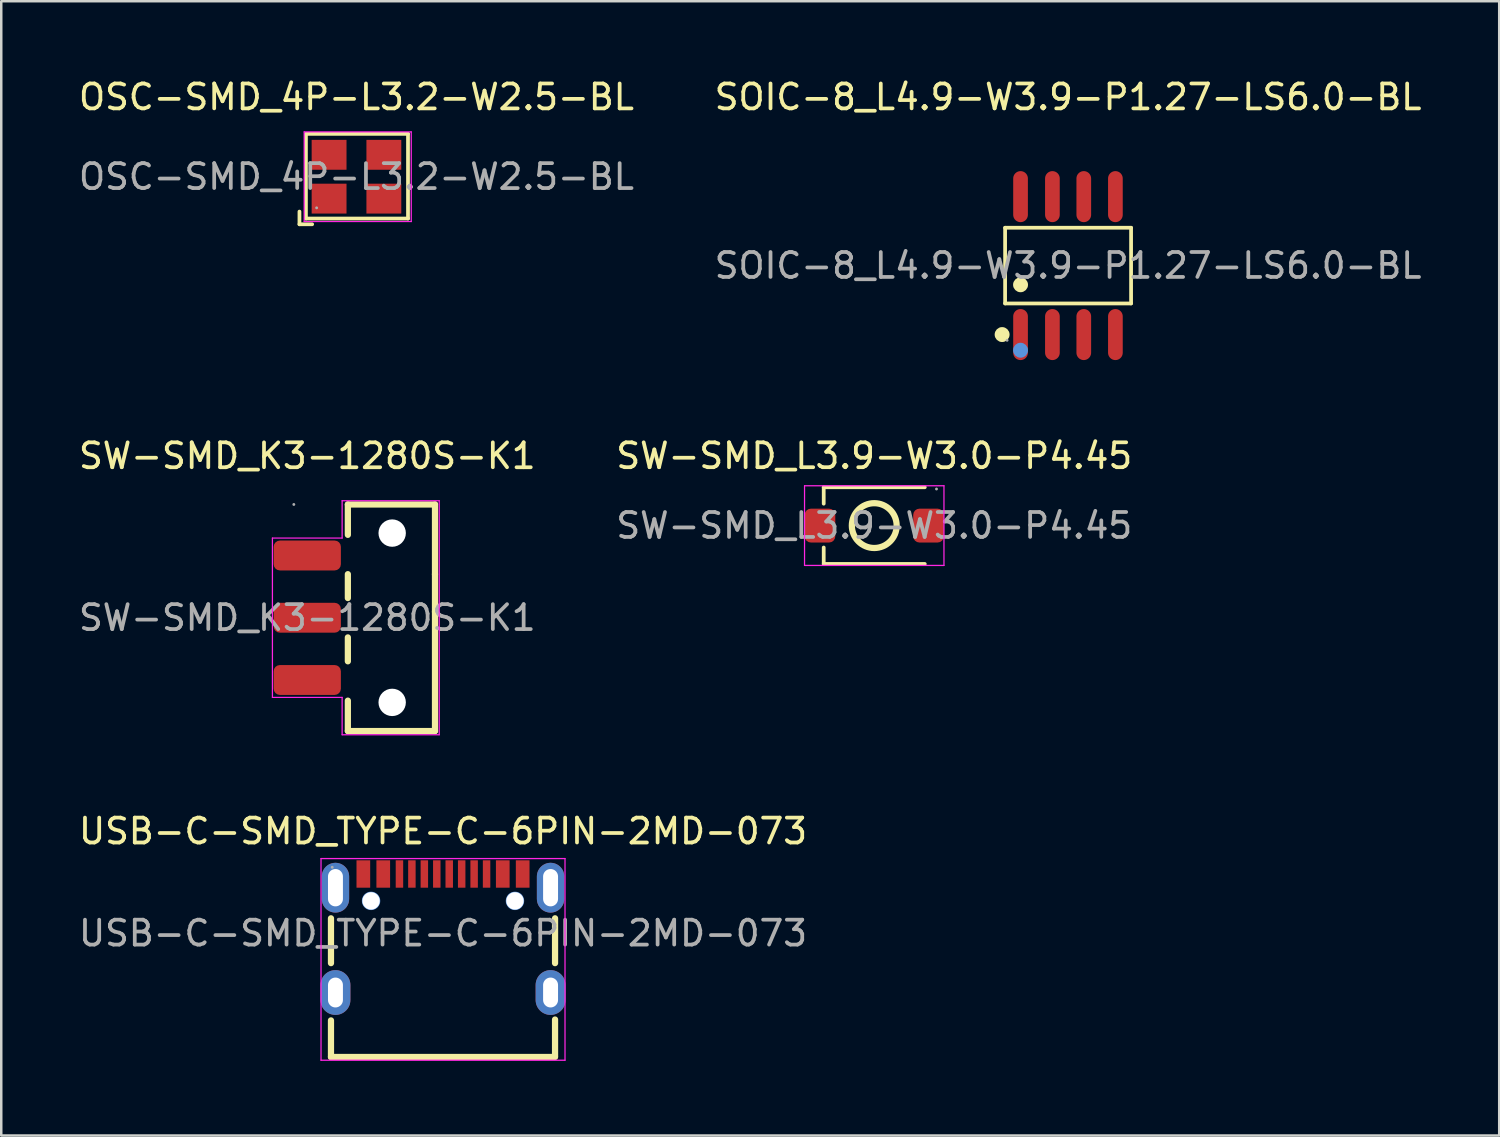
<source format=kicad_pcb>
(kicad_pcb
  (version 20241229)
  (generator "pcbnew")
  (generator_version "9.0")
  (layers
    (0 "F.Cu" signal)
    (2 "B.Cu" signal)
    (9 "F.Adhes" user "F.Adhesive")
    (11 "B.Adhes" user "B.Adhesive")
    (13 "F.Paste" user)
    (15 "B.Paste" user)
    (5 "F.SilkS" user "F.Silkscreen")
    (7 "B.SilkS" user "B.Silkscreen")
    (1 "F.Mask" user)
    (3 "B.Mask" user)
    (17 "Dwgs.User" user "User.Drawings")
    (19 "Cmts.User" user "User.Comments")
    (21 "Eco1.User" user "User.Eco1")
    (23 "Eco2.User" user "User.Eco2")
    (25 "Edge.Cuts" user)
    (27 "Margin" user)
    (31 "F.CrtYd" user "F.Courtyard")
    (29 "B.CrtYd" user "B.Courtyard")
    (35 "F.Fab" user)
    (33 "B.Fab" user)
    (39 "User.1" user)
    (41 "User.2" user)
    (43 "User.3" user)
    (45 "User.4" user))
  (footprint "OSC-SMD_4P-L3.2-W2.5-BL"
    (layer "F.Cu")
    (at 11.268 4.048)
    (property "Reference" "OSC-SMD_4P-L3.2-W2.5-BL" (at 0 -3.2 0) (layer "F.SilkS") (effects (font (size 1 1) (thickness 0.15))))
    (attr smd)
    (fp_line (start -2.29 1.4) (end -2.29 1.91) (stroke (width 0.15) (type solid)) (layer "F.SilkS"))
    (fp_line (start -2.29 1.91) (end -1.78 1.91) (stroke (width 0.15) (type solid)) (layer "F.SilkS"))
    (fp_line (start -2.03 -1.72) (end -2.03 1.68) (stroke (width 0.15) (type solid)) (layer "F.SilkS"))
    (fp_line (start -2.03 1.68) (end 2.07 1.68) (stroke (width 0.15) (type solid)) (layer "F.SilkS"))
    (fp_line (start 2.07 -1.72) (end -2.03 -1.72) (stroke (width 0.15) (type solid)) (layer "F.SilkS"))
    (fp_line (start 2.07 1.68) (end 2.07 -1.72) (stroke (width 0.15) (type solid)) (layer "F.SilkS"))
    (fp_line (start -2.1 -1.8) (end 2.2 -1.8) (stroke (width 0.05) (type default)) (layer "F.CrtYd"))
    (fp_line (start -2.1 1.8) (end -2.1 -1.8) (stroke (width 0.05) (type default)) (layer "F.CrtYd"))
    (fp_line (start 2.2 -1.8) (end 2.2 1.8) (stroke (width 0.05) (type default)) (layer "F.CrtYd"))
    (fp_line (start 2.2 1.8) (end -2.1 1.8) (stroke (width 0.05) (type default)) (layer "F.CrtYd"))
    (fp_circle (center -1.6 1.25) (end -1.57 1.25) (stroke (width 0.06) (type solid)) (fill no) (layer "F.Fab"))
    (fp_text user "${REFERENCE}" (at 0 0 0) (layer "F.Fab") (effects (font (size 1 1) (thickness 0.15))))
    (pad "1" smd rect (at -1.1 0.88) (size 1.4 1.2) (layers "F.Cu" "F.Mask" "F.Paste"))
    (pad "2" smd rect (at 1.1 0.88) (size 1.4 1.2) (layers "F.Cu" "F.Mask" "F.Paste"))
    (pad "3" smd rect (at 1.1 -0.88) (size 1.4 1.2) (layers "F.Cu" "F.Mask" "F.Paste"))
    (pad "4" smd rect (at -1.1 -0.88) (size 1.4 1.2) (layers "F.Cu" "F.Mask" "F.Paste")))
  (footprint "SOIC-8_L4.9-W3.9-P1.27-LS6.0-BL"
    (layer "F.Cu")
    (at 39.851 7.618)
    (property "Reference" "SOIC-8_L4.9-W3.9-P1.27-LS6.0-BL" (at 0 -6.77 0) (layer "F.SilkS") (effects (font (size 1 1) (thickness 0.15))))
    (attr smd)
    (fp_line (start -2.53 -1.52) (end 2.53 -1.52) (stroke (width 0.15) (type solid)) (layer "F.SilkS"))
    (fp_line (start -2.53 1.52) (end -2.53 -1.52) (stroke (width 0.15) (type solid)) (layer "F.SilkS"))
    (fp_line (start 2.53 -1.52) (end 2.53 1.52) (stroke (width 0.15) (type solid)) (layer "F.SilkS"))
    (fp_line (start 2.53 1.52) (end -2.53 1.52) (stroke (width 0.15) (type solid)) (layer "F.SilkS"))
    (fp_circle (center -2.65 2.77) (end -2.5 2.77) (stroke (width 0.3) (type solid)) (fill no) (layer "F.SilkS"))
    (fp_circle (center -1.91 0.77) (end -1.76 0.77) (stroke (width 0.3) (type solid)) (fill no) (layer "F.SilkS"))
    (fp_circle (center -1.91 3.4) (end -1.76 3.4) (stroke (width 0.3) (type solid)) (fill no) (layer "Cmts.User"))
    (fp_circle (center -2.45 3) (end -2.42 3) (stroke (width 0.06) (type solid)) (fill no) (layer "F.Fab"))
    (fp_text user "${REFERENCE}" (at 0 0 0) (layer "F.Fab") (effects (font (size 1 1) (thickness 0.15))))
    (pad "1" smd oval (at -1.91 2.77) (size 0.59 2.05) (layers "F.Cu" "F.Mask" "F.Paste"))
    (pad "2" smd oval (at -0.63 2.77) (size 0.59 2.05) (layers "F.Cu" "F.Mask" "F.Paste"))
    (pad "3" smd oval (at 0.63 2.77) (size 0.59 2.05) (layers "F.Cu" "F.Mask" "F.Paste"))
    (pad "4" smd oval (at 1.9 2.77) (size 0.59 2.05) (layers "F.Cu" "F.Mask" "F.Paste"))
    (pad "5" smd oval (at 1.9 -2.77) (size 0.59 2.05) (layers "F.Cu" "F.Mask" "F.Paste"))
    (pad "6" smd oval (at 0.63 -2.77) (size 0.59 2.05) (layers "F.Cu" "F.Mask" "F.Paste"))
    (pad "7" smd oval (at -0.63 -2.77) (size 0.59 2.05) (layers "F.Cu" "F.Mask" "F.Paste"))
    (pad "8" smd oval (at -1.91 -2.77) (size 0.59 2.05) (layers "F.Cu" "F.Mask" "F.Paste")))
  (footprint "SW-SMD_L3.9-W3.0-P4.45"
    (layer "F.Cu")
    (at 32.065 18.061)
    (property "Reference" "SW-SMD_L3.9-W3.0-P4.45" (at 0 -2.8 0) (layer "F.SilkS") (effects (font (size 1 1) (thickness 0.15))))
    (attr smd)
    (fp_line (start -2.03 -1.54) (end -2.03 -0.88) (stroke (width 0.15) (type solid)) (layer "F.SilkS"))
    (fp_line (start -2.03 1.54) (end -2.03 0.88) (stroke (width 0.15) (type solid)) (layer "F.SilkS"))
    (fp_line (start 2.03 -1.54) (end -2.03 -1.54) (stroke (width 0.15) (type solid)) (layer "F.SilkS"))
    (fp_line (start 2.03 1.54) (end -2.03 1.54) (stroke (width 0.15) (type solid)) (layer "F.SilkS"))
    (fp_circle (center 0 0) (end 0.9 0) (stroke (width 0.25) (type solid)) (fill no) (layer "F.SilkS"))
    (fp_line (start -2.8 -1.6) (end 2.8 -1.6) (stroke (width 0.05) (type default)) (layer "F.CrtYd"))
    (fp_line (start -2.8 1.6) (end -2.8 -1.6) (stroke (width 0.05) (type default)) (layer "F.CrtYd"))
    (fp_line (start 2.8 -1.6) (end 2.8 1.6) (stroke (width 0.05) (type default)) (layer "F.CrtYd"))
    (fp_line (start 2.8 1.6) (end -2.8 1.6) (stroke (width 0.05) (type default)) (layer "F.CrtYd"))
    (fp_circle (center 2.5 -1.47) (end 2.53 -1.47) (stroke (width 0.06) (type solid)) (fill no) (layer "F.Fab"))
    (fp_text user "${REFERENCE}" (at 0 0 0) (layer "F.Fab") (effects (font (size 1 1) (thickness 0.15))))
    (pad "1" smd roundrect (at -2.18 0) (size 1.23 1.36) (layers "F.Cu" "F.Mask" "F.Paste") (roundrect_rratio 0.203))
    (pad "2" smd roundrect (at 2.18 0) (size 1.23 1.36) (layers "F.Cu" "F.Mask" "F.Paste") (roundrect_rratio 0.203)))
  (footprint "SW-SMD_K3-1280S-K1"
    (layer "F.Cu")
    (at 9.292 21.762)
    (property "Reference" "SW-SMD_K3-1280S-K1" (at 0 -6.5 0) (layer "F.SilkS") (effects (font (size 1 1) (thickness 0.15))))
    (attr smd)
    (fp_line (start 1.63 -4.55) (end 1.63 -3.33) (stroke (width 0.25) (type solid)) (layer "F.SilkS"))
    (fp_line (start 1.63 -4.55) (end 5.13 -4.55) (stroke (width 0.25) (type solid)) (layer "F.SilkS"))
    (fp_line (start 1.63 -1.75) (end 1.63 -0.79) (stroke (width 0.25) (type solid)) (layer "F.SilkS"))
    (fp_line (start 1.63 0.79) (end 1.63 1.75) (stroke (width 0.25) (type solid)) (layer "F.SilkS"))
    (fp_line (start 1.63 3.33) (end 1.63 4.55) (stroke (width 0.25) (type solid)) (layer "F.SilkS"))
    (fp_line (start 5.13 -4.55) (end 5.13 4.55) (stroke (width 0.25) (type solid)) (layer "F.SilkS"))
    (fp_line (start 5.13 -1.75) (end 5.13 -1.74) (stroke (width 0.25) (type solid)) (layer "F.SilkS"))
    (fp_line (start 5.13 -0.25) (end 5.13 -0.23) (stroke (width 0.25) (type solid)) (layer "F.SilkS"))
    (fp_line (start 5.13 4.55) (end 1.63 4.55) (stroke (width 0.25) (type solid)) (layer "F.SilkS"))
    (fp_circle (center 3.41 -3.4) (end 3.66 -3.4) (stroke (width 0.5) (type solid)) (fill no) (layer "Cmts.User"))
    (fp_circle (center 3.41 3.4) (end 3.66 3.4) (stroke (width 0.5) (type solid)) (fill no) (layer "Cmts.User"))
    (fp_line (start -1.4 -3.2) (end 1.4 -3.2) (stroke (width 0.05) (type default)) (layer "F.CrtYd"))
    (fp_line (start -1.4 3.2) (end -1.4 -3.2) (stroke (width 0.05) (type default)) (layer "F.CrtYd"))
    (fp_line (start 1.4 -4.7) (end 5.3 -4.7) (stroke (width 0.05) (type default)) (layer "F.CrtYd"))
    (fp_line (start 1.4 -3.2) (end 1.4 -4.7) (stroke (width 0.05) (type default)) (layer "F.CrtYd"))
    (fp_line (start 1.4 3.2) (end -1.4 3.2) (stroke (width 0.05) (type default)) (layer "F.CrtYd"))
    (fp_line (start 1.4 4.7) (end 1.4 3.2) (stroke (width 0.05) (type default)) (layer "F.CrtYd"))
    (fp_line (start 5.3 -4.7) (end 5.3 4.7) (stroke (width 0.05) (type default)) (layer "F.CrtYd"))
    (fp_line (start 5.3 4.7) (end 1.4 4.7) (stroke (width 0.05) (type default)) (layer "F.CrtYd"))
    (fp_circle (center -0.54 -4.55) (end -0.51 -4.55) (stroke (width 0.06) (type solid)) (fill no) (layer "F.Fab"))
    (fp_text user "${REFERENCE}" (at 0 0 0) (layer "F.Fab") (effects (font (size 1 1) (thickness 0.15))))
    (pad "" np_thru_hole circle (at 3.41 -3.4) (size 1.1 1.1) (drill 1.1) (layers "*.Cu" "*.Mask"))
    (pad "" np_thru_hole circle (at 3.41 3.4) (size 1.1 1.1) (drill 1.1) (layers "*.Cu" "*.Mask"))
    (pad "1" smd roundrect (at 0 -2.5) (size 2.7 1.2) (layers "F.Cu" "F.Mask" "F.Paste") (roundrect_rratio 0.208))
    (pad "2" smd roundrect (at 0 0) (size 2.7 1.2) (layers "F.Cu" "F.Mask" "F.Paste") (roundrect_rratio 0.208))
    (pad "3" smd roundrect (at 0 2.5) (size 2.7 1.2) (layers "F.Cu" "F.Mask" "F.Paste") (roundrect_rratio 0.208)))
  (footprint "USB-C-SMD_TYPE-C-6PIN-2MD-073"
    (layer "F.Cu")
    (at 14.744 34.435)
    (property "Reference" "USB-C-SMD_TYPE-C-6PIN-2MD-073" (at 0 -4.1 0) (layer "F.SilkS") (effects (font (size 1 1) (thickness 0.15))))
    (attr smd)
    (fp_line (start -4.5 1.2) (end -4.5 -0.6) (stroke (width 0.25) (type solid)) (layer "F.SilkS"))
    (fp_line (start -4.5 4.97) (end -4.5 3.5) (stroke (width 0.25) (type solid)) (layer "F.SilkS"))
    (fp_line (start 4.5 1.2) (end 4.5 -0.6) (stroke (width 0.25) (type solid)) (layer "F.SilkS"))
    (fp_line (start 4.5 4.935) (end 4.5 3.465) (stroke (width 0.25) (type solid)) (layer "F.SilkS"))
    (fp_line (start 4.5 4.97) (end -4.5 4.97) (stroke (width 0.25) (type solid)) (layer "F.SilkS"))
    (fp_circle (center -2.89 -1.3) (end -2.77 -1.3) (stroke (width 0.25) (type solid)) (fill no) (layer "Cmts.User"))
    (fp_circle (center 2.89 -1.3) (end 3.01 -1.3) (stroke (width 0.25) (type solid)) (fill no) (layer "Cmts.User"))
    (fp_line (start -4.9 -3) (end 4.9 -3) (stroke (width 0.05) (type default)) (layer "F.CrtYd"))
    (fp_line (start -4.9 5.1) (end -4.9 -3) (stroke (width 0.05) (type default)) (layer "F.CrtYd"))
    (fp_line (start -4.9 5.1) (end 4.9 5.1) (stroke (width 0.05) (type default)) (layer "F.CrtYd"))
    (fp_line (start 4.9 -3) (end 4.9 5.1) (stroke (width 0.05) (type default)) (layer "F.CrtYd"))
    (fp_circle (center -4.45 -2.65) (end -4.42 -2.65) (stroke (width 0.06) (type solid)) (fill no) (layer "F.Fab"))
    (fp_text user "${REFERENCE}" (at 0 0 0) (layer "F.Fab") (effects (font (size 1 1) (thickness 0.15))))
    (pad "" thru_hole circle (at -2.89 -1.3) (size 0.7 0.7) (drill 0.7) (layers "*.Cu" "*.Mask"))
    (pad "" thru_hole circle (at 2.89 -1.3) (size 0.7 0.7) (drill 0.7) (layers "*.Cu" "*.Mask"))
    (pad "A1" smd rect (at -3.2 -2.38) (size 0.55 1.1) (layers "F.Cu" "F.Mask" "F.Paste"))
    (pad "A1" smd rect (at 3.2 -2.38) (size 0.55 1.1) (layers "F.Cu" "F.Mask" "F.Paste"))
    (pad "A4" smd rect (at -2.4 -2.38) (size 0.55 1.1) (layers "F.Cu" "F.Mask" "F.Paste"))
    (pad "A4" smd rect (at 2.4 -2.38) (size 0.55 1.1) (layers "F.Cu" "F.Mask" "F.Paste"))
    (pad "A5" smd rect (at -1.25 -2.38) (size 0.3 1.1) (layers "F.Cu" "F.Mask" "F.Paste"))
    (pad "A6" smd rect (at -0.25 -2.38) (size 0.3 1.1) (layers "F.Cu" "F.Mask" "F.Paste"))
    (pad "A7" smd rect (at 0.25 -2.38) (size 0.3 1.1) (layers "F.Cu" "F.Mask" "F.Paste"))
    (pad "A8" smd rect (at -1.75 -2.38) (size 0.3 1.1) (layers "F.Cu" "F.Mask" "F.Paste"))
    (pad "B5" smd rect (at 1.75 -2.38) (size 0.3 1.1) (layers "F.Cu" "F.Mask" "F.Paste"))
    (pad "B6" smd rect (at 0.75 -2.38) (size 0.3 1.1) (layers "F.Cu" "F.Mask" "F.Paste"))
    (pad "B7" smd rect (at -0.75 -2.38) (size 0.3 1.1) (layers "F.Cu" "F.Mask" "F.Paste"))
    (pad "B8" smd rect (at 1.25 -2.38) (size 0.3 1.1) (layers "F.Cu" "F.Mask" "F.Paste"))
    (pad "S1" thru_hole oval (at -4.32 -1.83) (size 1.1 2) (drill oval 0.6 1.5) (layers "*.Cu" "*.Mask"))
    (pad "S1" thru_hole oval (at -4.32 2.38) (size 1.2 1.8) (drill oval 0.6 1.2) (layers "*.Cu" "*.Mask"))
    (pad "S1" thru_hole oval (at 4.32 -1.83) (size 1.1 2) (drill oval 0.6 1.5) (layers "*.Cu" "*.Mask"))
    (pad "S1" thru_hole oval (at 4.32 2.38) (size 1.2 1.8) (drill oval 0.6 1.2) (layers "*.Cu" "*.Mask")))
  (gr_rect
    (start -3 -3)
    (end 57.167 42.56)
    (stroke (width 0.1) (type default))
    (fill no)
    (layer "Edge.Cuts")))
</source>
